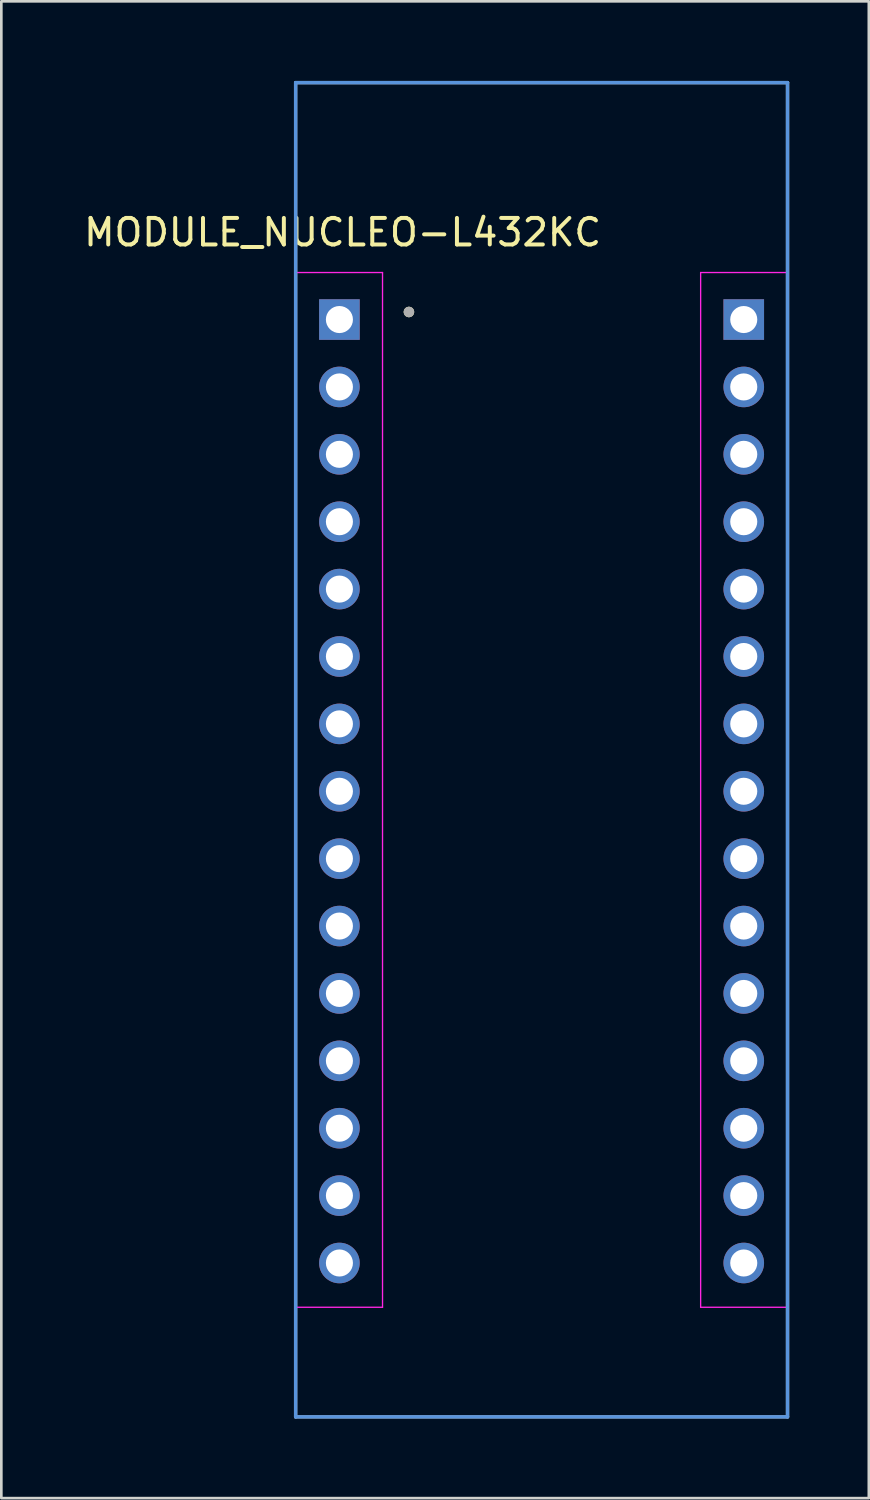
<source format=kicad_pcb>
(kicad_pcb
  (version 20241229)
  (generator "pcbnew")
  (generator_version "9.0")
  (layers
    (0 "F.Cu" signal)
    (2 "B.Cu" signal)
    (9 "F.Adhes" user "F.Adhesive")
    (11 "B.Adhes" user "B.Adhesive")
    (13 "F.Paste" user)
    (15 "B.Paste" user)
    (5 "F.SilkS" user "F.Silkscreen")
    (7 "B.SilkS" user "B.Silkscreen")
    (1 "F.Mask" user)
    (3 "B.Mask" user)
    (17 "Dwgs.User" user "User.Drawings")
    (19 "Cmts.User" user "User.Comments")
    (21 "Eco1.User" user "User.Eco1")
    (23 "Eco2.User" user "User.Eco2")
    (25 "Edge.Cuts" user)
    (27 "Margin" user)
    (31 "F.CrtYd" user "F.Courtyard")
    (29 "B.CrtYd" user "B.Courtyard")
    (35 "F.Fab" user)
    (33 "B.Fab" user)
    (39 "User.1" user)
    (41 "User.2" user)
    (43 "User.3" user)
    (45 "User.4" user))
  (footprint "MODULE_NUCLEO-L432KC"
    (layer "F.Cu")
    (at 17.363 25.209)
    (property "Reference" "MODULE_NUCLEO-L432KC" (at -7.5 -19.5 0) (layer "F.SilkS") (effects (font (size 1 1) (thickness 0.15))))
    (attr through_hole)
    (fp_circle (center -5 -16.5) (end -4.9 -16.5) (stroke (width 0.2) (type solid)) (fill no) (layer "F.SilkS"))
    (fp_line (start -9.27 -25.145) (end 9.27 -25.145) (stroke (width 0.127) (type solid)) (layer "Cmts.User"))
    (fp_line (start -9.27 25.145) (end -9.27 -25.145) (stroke (width 0.127) (type solid)) (layer "Cmts.User"))
    (fp_line (start 9.27 -25.145) (end 9.27 25.145) (stroke (width 0.127) (type solid)) (layer "Cmts.User"))
    (fp_line (start 9.27 25.145) (end -9.27 25.145) (stroke (width 0.127) (type solid)) (layer "Cmts.User"))
    (fp_line (start -9.245 21.013) (end -9.245 -17.987) (stroke (width 0.05) (type default)) (layer "F.CrtYd"))
    (fp_line (start -5.995 -17.987) (end -9.245 -17.987) (stroke (width 0.05) (type default)) (layer "F.CrtYd"))
    (fp_line (start -5.995 21.013) (end -9.245 21.013) (stroke (width 0.05) (type default)) (layer "F.CrtYd"))
    (fp_line (start -5.995 21.013) (end -5.995 -17.987) (stroke (width 0.05) (type default)) (layer "F.CrtYd"))
    (fp_line (start 5.995 21.013) (end 5.995 -17.987) (stroke (width 0.05) (type default)) (layer "F.CrtYd"))
    (fp_line (start 9.245 -17.987) (end 5.995 -17.987) (stroke (width 0.05) (type default)) (layer "F.CrtYd"))
    (fp_line (start 9.245 21.013) (end 5.995 21.013) (stroke (width 0.05) (type default)) (layer "F.CrtYd"))
    (fp_line (start 9.245 21.013) (end 9.245 -17.987) (stroke (width 0.05) (type default)) (layer "F.CrtYd"))
    (fp_line (start -9.27 -25.145) (end 9.27 -25.145) (stroke (width 0.127) (type solid)) (layer "F.Fab"))
    (fp_line (start -9.27 25.145) (end -9.27 -25.145) (stroke (width 0.127) (type solid)) (layer "F.Fab"))
    (fp_line (start 9.27 -25.145) (end 9.27 25.145) (stroke (width 0.127) (type solid)) (layer "F.Fab"))
    (fp_line (start 9.27 25.145) (end -9.27 25.145) (stroke (width 0.127) (type solid)) (layer "F.Fab"))
    (fp_circle (center -5 -16.5) (end -4.9 -16.5) (stroke (width 0.2) (type solid)) (fill no) (layer "F.Fab"))
    (pad "CN3_1" thru_hole rect (at -7.62 -16.215) (size 1.53 1.53) (drill 1.02) (layers "*.Cu" "*.Mask"))
    (pad "CN3_2" thru_hole circle (at -7.62 -13.675) (size 1.53 1.53) (drill 1.02) (layers "*.Cu" "*.Mask"))
    (pad "CN3_3" thru_hole circle (at -7.62 -11.135) (size 1.53 1.53) (drill 1.02) (layers "*.Cu" "*.Mask"))
    (pad "CN3_4" thru_hole circle (at -7.62 -8.595) (size 1.53 1.53) (drill 1.02) (layers "*.Cu" "*.Mask"))
    (pad "CN3_5" thru_hole circle (at -7.62 -6.055) (size 1.53 1.53) (drill 1.02) (layers "*.Cu" "*.Mask"))
    (pad "CN3_6" thru_hole circle (at -7.62 -3.515) (size 1.53 1.53) (drill 1.02) (layers "*.Cu" "*.Mask"))
    (pad "CN3_7" thru_hole circle (at -7.62 -0.975) (size 1.53 1.53) (drill 1.02) (layers "*.Cu" "*.Mask"))
    (pad "CN3_8" thru_hole circle (at -7.62 1.565) (size 1.53 1.53) (drill 1.02) (layers "*.Cu" "*.Mask"))
    (pad "CN3_9" thru_hole circle (at -7.62 4.105) (size 1.53 1.53) (drill 1.02) (layers "*.Cu" "*.Mask"))
    (pad "CN3_10" thru_hole circle (at -7.62 6.645) (size 1.53 1.53) (drill 1.02) (layers "*.Cu" "*.Mask"))
    (pad "CN3_11" thru_hole circle (at -7.62 9.185) (size 1.53 1.53) (drill 1.02) (layers "*.Cu" "*.Mask"))
    (pad "CN3_12" thru_hole circle (at -7.62 11.725) (size 1.53 1.53) (drill 1.02) (layers "*.Cu" "*.Mask"))
    (pad "CN3_13" thru_hole circle (at -7.62 14.265) (size 1.53 1.53) (drill 1.02) (layers "*.Cu" "*.Mask"))
    (pad "CN3_14" thru_hole circle (at -7.62 16.805) (size 1.53 1.53) (drill 1.02) (layers "*.Cu" "*.Mask"))
    (pad "CN3_15" thru_hole circle (at -7.62 19.345) (size 1.53 1.53) (drill 1.02) (layers "*.Cu" "*.Mask"))
    (pad "CN4_1" thru_hole rect (at 7.62 -16.215) (size 1.53 1.53) (drill 1.02) (layers "*.Cu" "*.Mask"))
    (pad "CN4_2" thru_hole circle (at 7.62 -13.675) (size 1.53 1.53) (drill 1.02) (layers "*.Cu" "*.Mask"))
    (pad "CN4_3" thru_hole circle (at 7.62 -11.135) (size 1.53 1.53) (drill 1.02) (layers "*.Cu" "*.Mask"))
    (pad "CN4_4" thru_hole circle (at 7.62 -8.595) (size 1.53 1.53) (drill 1.02) (layers "*.Cu" "*.Mask"))
    (pad "CN4_5" thru_hole circle (at 7.62 -6.055) (size 1.53 1.53) (drill 1.02) (layers "*.Cu" "*.Mask"))
    (pad "CN4_6" thru_hole circle (at 7.62 -3.515) (size 1.53 1.53) (drill 1.02) (layers "*.Cu" "*.Mask"))
    (pad "CN4_7" thru_hole circle (at 7.62 -0.975) (size 1.53 1.53) (drill 1.02) (layers "*.Cu" "*.Mask"))
    (pad "CN4_8" thru_hole circle (at 7.62 1.565) (size 1.53 1.53) (drill 1.02) (layers "*.Cu" "*.Mask"))
    (pad "CN4_9" thru_hole circle (at 7.62 4.105) (size 1.53 1.53) (drill 1.02) (layers "*.Cu" "*.Mask"))
    (pad "CN4_10" thru_hole circle (at 7.62 6.645) (size 1.53 1.53) (drill 1.02) (layers "*.Cu" "*.Mask"))
    (pad "CN4_11" thru_hole circle (at 7.62 9.185) (size 1.53 1.53) (drill 1.02) (layers "*.Cu" "*.Mask"))
    (pad "CN4_12" thru_hole circle (at 7.62 11.725) (size 1.53 1.53) (drill 1.02) (layers "*.Cu" "*.Mask"))
    (pad "CN4_13" thru_hole circle (at 7.62 14.265) (size 1.53 1.53) (drill 1.02) (layers "*.Cu" "*.Mask"))
    (pad "CN4_14" thru_hole circle (at 7.62 16.805) (size 1.53 1.53) (drill 1.02) (layers "*.Cu" "*.Mask"))
    (pad "CN4_15" thru_hole circle (at 7.62 19.345) (size 1.53 1.53) (drill 1.02) (layers "*.Cu" "*.Mask")))
  (gr_rect
    (start -3 -3)
    (end 29.697 53.417)
    (stroke (width 0.1) (type default))
    (fill no)
    (layer "Edge.Cuts")))
</source>
